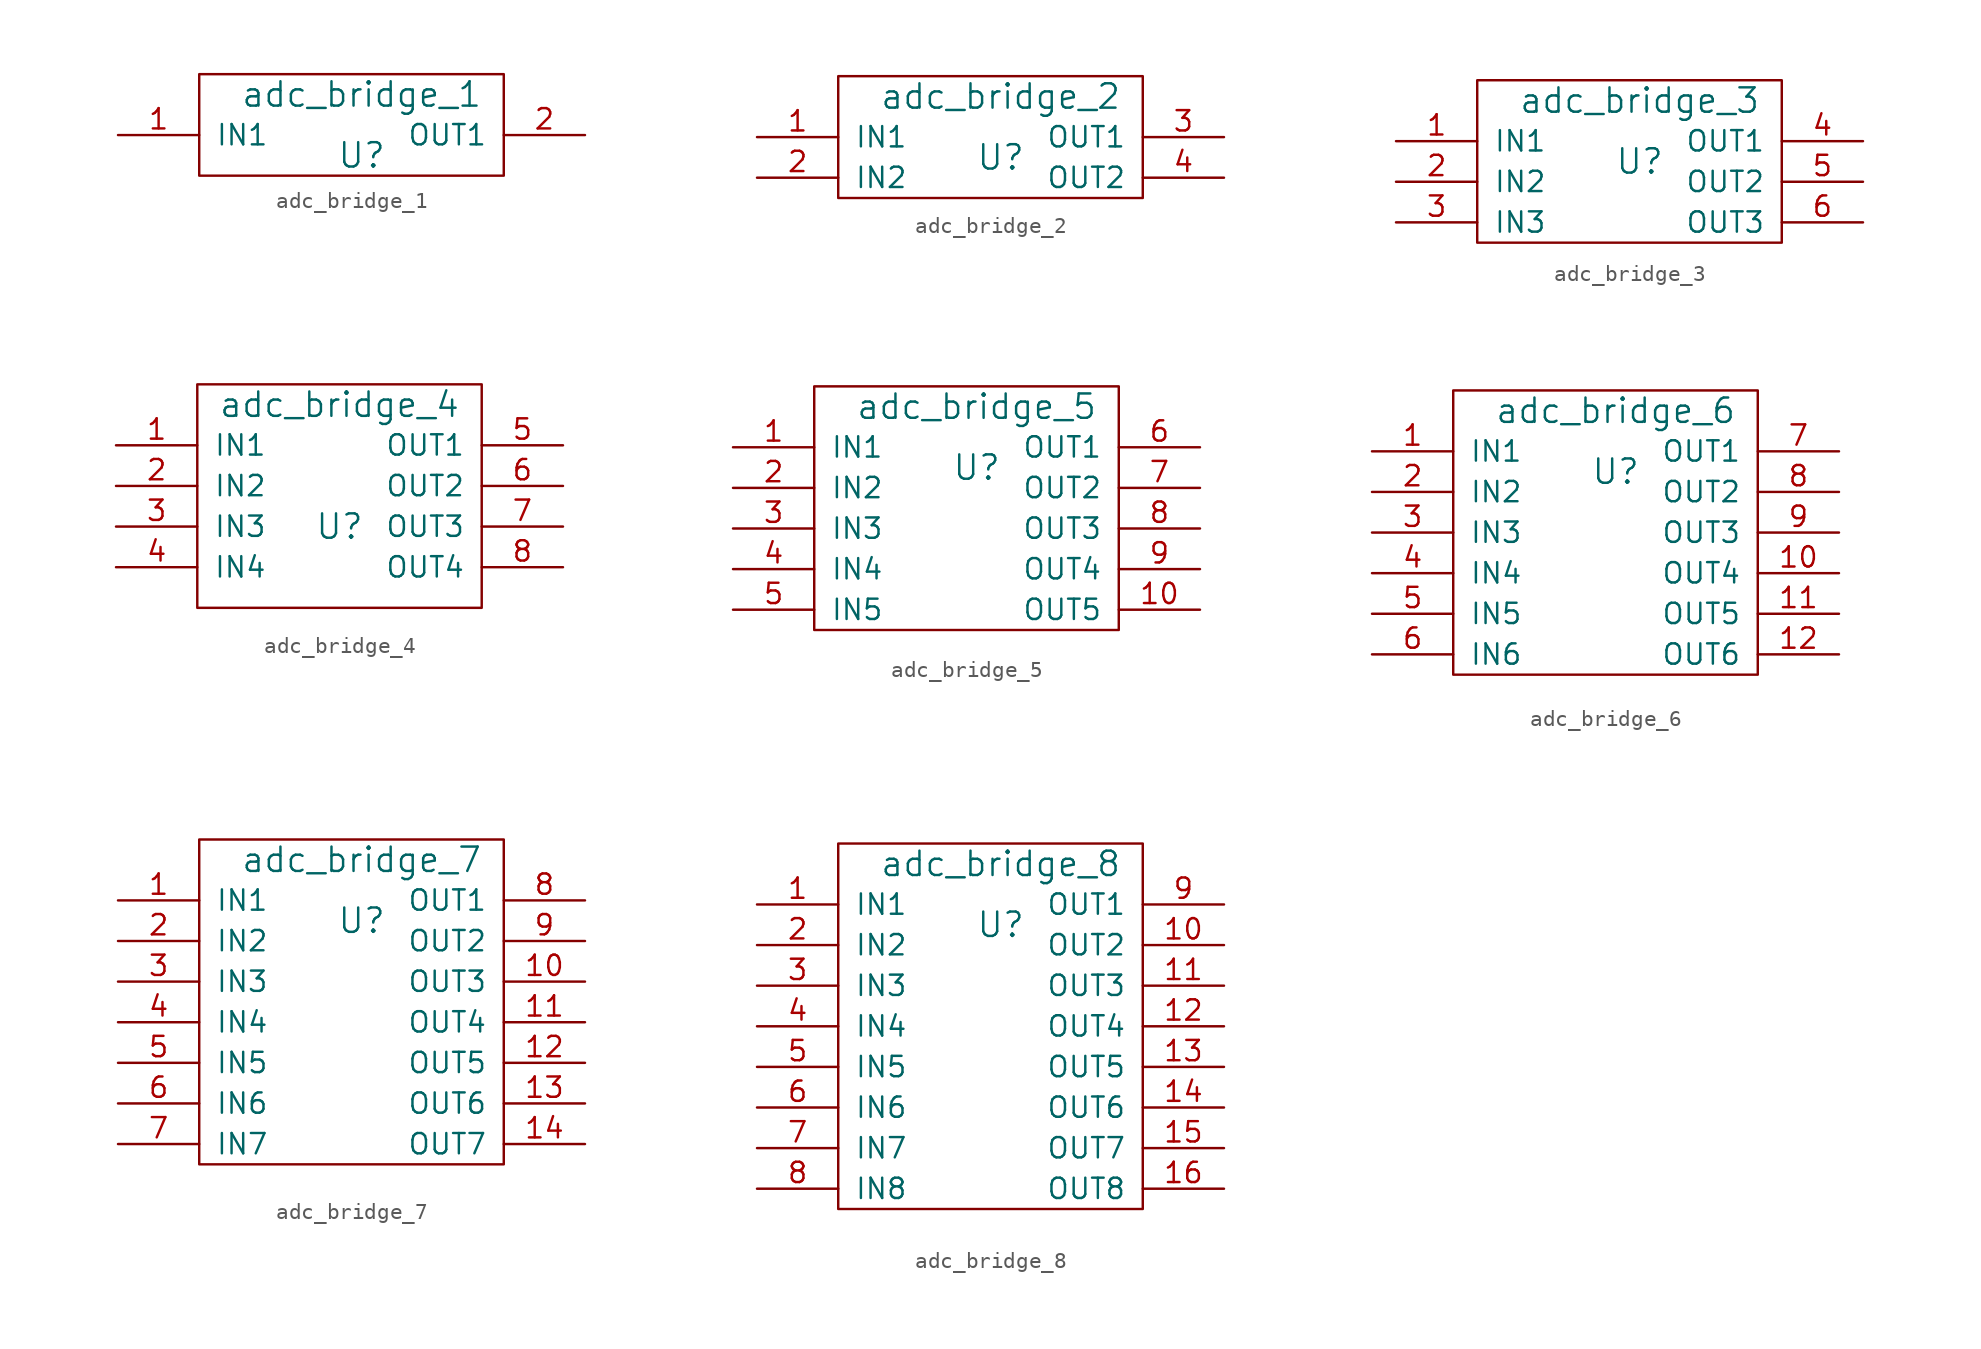
<source format=kicad_sym>
(kicad_symbol_lib
  (version 20211014)
  (generator kicad_symbol_editor)
  (symbol "adc_bridge_1"
    (pin_names
      (offset 1.016))
    (property "Reference" "U"
      (at 0 0 0)
      (effects (font (size 1.524 1.524))))
    (property "Value" "adc_bridge_1"
      (at 0 3.81 0)
      (effects (font (size 1.524 1.524))))
    (property "Footprint" ""
      (at 0 0 0)
      (effects (font (size 1.524 1.524))))
    (property "Datasheet" ""
      (at 0 0 0)
      (effects (font (size 1.524 1.524))))
    (symbol "adc_bridge_1_0_1"
      (rectangle (start -10.16 5.08) (end 8.89 -1.27) (stroke (width 0) (type default) (color 0 0 0 0)) (fill (type none))))
    (symbol "adc_bridge_1_1_1"
      (pin input line (at -15.24 1.27 0) (length 5.08) (name "IN1" (effects (font (size 1.27 1.27)))) (number "1" (effects (font (size 1.27 1.27)))))
      (pin output line (at 13.97 1.27 180) (length 5.08) (name "OUT1" (effects (font (size 1.27 1.27)))) (number "2" (effects (font (size 1.27 1.27)))))))
  (symbol "adc_bridge_2"
    (pin_names
      (offset 1.016))
    (property "Reference" "U"
      (at 0 0 0)
      (effects (font (size 1.524 1.524))))
    (property "Value" "adc_bridge_2"
      (at 0 3.81 0)
      (effects (font (size 1.524 1.524))))
    (property "Footprint" ""
      (at 0 0 0)
      (effects (font (size 1.524 1.524))))
    (property "Datasheet" ""
      (at 0 0 0)
      (effects (font (size 1.524 1.524))))
    (symbol "adc_bridge_2_0_1"
      (rectangle (start -10.16 5.08) (end 8.89 -2.54) (stroke (width 0) (type default) (color 0 0 0 0)) (fill (type none))))
    (symbol "adc_bridge_2_1_1"
      (pin input line (at -15.24 1.27 0) (length 5.08) (name "IN1" (effects (font (size 1.27 1.27)))) (number "1" (effects (font (size 1.27 1.27)))))
      (pin input line (at -15.24 -1.27 0) (length 5.08) (name "IN2" (effects (font (size 1.27 1.27)))) (number "2" (effects (font (size 1.27 1.27)))))
      (pin output line (at 13.97 1.27 180) (length 5.08) (name "OUT1" (effects (font (size 1.27 1.27)))) (number "3" (effects (font (size 1.27 1.27)))))
      (pin output line (at 13.97 -1.27 180) (length 5.08) (name "OUT2" (effects (font (size 1.27 1.27)))) (number "4" (effects (font (size 1.27 1.27)))))))
  (symbol "adc_bridge_3"
    (pin_names
      (offset 1.016))
    (property "Reference" "U"
      (at 0 0 0)
      (effects (font (size 1.524 1.524))))
    (property "Value" "adc_bridge_3"
      (at 0 3.81 0)
      (effects (font (size 1.524 1.524))))
    (property "Footprint" ""
      (at 0 0 0)
      (effects (font (size 1.524 1.524))))
    (property "Datasheet" ""
      (at 0 0 0)
      (effects (font (size 1.524 1.524))))
    (symbol "adc_bridge_3_0_1"
      (rectangle (start -10.16 5.08) (end 8.89 -5.08) (stroke (width 0) (type default) (color 0 0 0 0)) (fill (type none))))
    (symbol "adc_bridge_3_1_1"
      (pin input line (at -15.24 1.27 0) (length 5.08) (name "IN1" (effects (font (size 1.27 1.27)))) (number "1" (effects (font (size 1.27 1.27)))))
      (pin input line (at -15.24 -1.27 0) (length 5.08) (name "IN2" (effects (font (size 1.27 1.27)))) (number "2" (effects (font (size 1.27 1.27)))))
      (pin input line (at -15.24 -3.81 0) (length 5.08) (name "IN3" (effects (font (size 1.27 1.27)))) (number "3" (effects (font (size 1.27 1.27)))))
      (pin output line (at 13.97 1.27 180) (length 5.08) (name "OUT1" (effects (font (size 1.27 1.27)))) (number "4" (effects (font (size 1.27 1.27)))))
      (pin output line (at 13.97 -1.27 180) (length 5.08) (name "OUT2" (effects (font (size 1.27 1.27)))) (number "5" (effects (font (size 1.27 1.27)))))
      (pin output line (at 13.97 -3.81 180) (length 5.08) (name "OUT3" (effects (font (size 1.27 1.27)))) (number "6" (effects (font (size 1.27 1.27)))))))
  (symbol "adc_bridge_4"
    (pin_names
      (offset 1.016))
    (property "Reference" "U"
      (at 0 0 0)
      (effects (font (size 1.524 1.524))))
    (property "Value" "adc_bridge_4"
      (at 0 7.62 0)
      (effects (font (size 1.524 1.524))))
    (property "Footprint" ""
      (at 0 0 0)
      (effects (font (size 1.524 1.524))))
    (property "Datasheet" ""
      (at 0 0 0)
      (effects (font (size 1.524 1.524))))
    (symbol "adc_bridge_4_0_1"
      (rectangle (start -8.89 8.89) (end 8.89 -5.08) (stroke (width 0) (type default) (color 0 0 0 0)) (fill (type none))))
    (symbol "adc_bridge_4_1_1"
      (pin input line (at -13.97 5.08 0) (length 5.08) (name "IN1" (effects (font (size 1.27 1.27)))) (number "1" (effects (font (size 1.27 1.27)))))
      (pin input line (at -13.97 2.54 0) (length 5.08) (name "IN2" (effects (font (size 1.27 1.27)))) (number "2" (effects (font (size 1.27 1.27)))))
      (pin input line (at -13.97 0 0) (length 5.08) (name "IN3" (effects (font (size 1.27 1.27)))) (number "3" (effects (font (size 1.27 1.27)))))
      (pin input line (at -13.97 -2.54 0) (length 5.08) (name "IN4" (effects (font (size 1.27 1.27)))) (number "4" (effects (font (size 1.27 1.27)))))
      (pin output line (at 13.97 5.08 180) (length 5.08) (name "OUT1" (effects (font (size 1.27 1.27)))) (number "5" (effects (font (size 1.27 1.27)))))
      (pin output line (at 13.97 2.54 180) (length 5.08) (name "OUT2" (effects (font (size 1.27 1.27)))) (number "6" (effects (font (size 1.27 1.27)))))
      (pin output line (at 13.97 0 180) (length 5.08) (name "OUT3" (effects (font (size 1.27 1.27)))) (number "7" (effects (font (size 1.27 1.27)))))
      (pin output line (at 13.97 -2.54 180) (length 5.08) (name "OUT4" (effects (font (size 1.27 1.27)))) (number "8" (effects (font (size 1.27 1.27)))))))
  (symbol "adc_bridge_5"
    (pin_names
      (offset 1.016))
    (property "Reference" "U"
      (at 0 0 0)
      (effects (font (size 1.524 1.524))))
    (property "Value" "adc_bridge_5"
      (at 0 3.81 0)
      (effects (font (size 1.524 1.524))))
    (property "Footprint" ""
      (at 0 0 0)
      (effects (font (size 1.524 1.524))))
    (property "Datasheet" ""
      (at 0 0 0)
      (effects (font (size 1.524 1.524))))
    (symbol "adc_bridge_5_0_1"
      (rectangle (start -10.16 5.08) (end 8.89 -10.16) (stroke (width 0) (type default) (color 0 0 0 0)) (fill (type none))))
    (symbol "adc_bridge_5_1_1"
      (pin input line (at -15.24 1.27 0) (length 5.08) (name "IN1" (effects (font (size 1.27 1.27)))) (number "1" (effects (font (size 1.27 1.27)))))
      (pin output line (at 13.97 -8.89 180) (length 5.08) (name "OUT5" (effects (font (size 1.27 1.27)))) (number "10" (effects (font (size 1.27 1.27)))))
      (pin input line (at -15.24 -1.27 0) (length 5.08) (name "IN2" (effects (font (size 1.27 1.27)))) (number "2" (effects (font (size 1.27 1.27)))))
      (pin input line (at -15.24 -3.81 0) (length 5.08) (name "IN3" (effects (font (size 1.27 1.27)))) (number "3" (effects (font (size 1.27 1.27)))))
      (pin input line (at -15.24 -6.35 0) (length 5.08) (name "IN4" (effects (font (size 1.27 1.27)))) (number "4" (effects (font (size 1.27 1.27)))))
      (pin input line (at -15.24 -8.89 0) (length 5.08) (name "IN5" (effects (font (size 1.27 1.27)))) (number "5" (effects (font (size 1.27 1.27)))))
      (pin output line (at 13.97 1.27 180) (length 5.08) (name "OUT1" (effects (font (size 1.27 1.27)))) (number "6" (effects (font (size 1.27 1.27)))))
      (pin output line (at 13.97 -1.27 180) (length 5.08) (name "OUT2" (effects (font (size 1.27 1.27)))) (number "7" (effects (font (size 1.27 1.27)))))
      (pin output line (at 13.97 -3.81 180) (length 5.08) (name "OUT3" (effects (font (size 1.27 1.27)))) (number "8" (effects (font (size 1.27 1.27)))))
      (pin output line (at 13.97 -6.35 180) (length 5.08) (name "OUT4" (effects (font (size 1.27 1.27)))) (number "9" (effects (font (size 1.27 1.27)))))))
  (symbol "adc_bridge_6"
    (pin_names
      (offset 1.016))
    (property "Reference" "U"
      (at 0 0 0)
      (effects (font (size 1.524 1.524))))
    (property "Value" "adc_bridge_6"
      (at 0 3.81 0)
      (effects (font (size 1.524 1.524))))
    (property "Footprint" ""
      (at 0 0 0)
      (effects (font (size 1.524 1.524))))
    (property "Datasheet" ""
      (at 0 0 0)
      (effects (font (size 1.524 1.524))))
    (symbol "adc_bridge_6_0_1"
      (rectangle (start -10.16 5.08) (end 8.89 -12.7) (stroke (width 0) (type default) (color 0 0 0 0)) (fill (type none))))
    (symbol "adc_bridge_6_1_1"
      (pin input line (at -15.24 1.27 0) (length 5.08) (name "IN1" (effects (font (size 1.27 1.27)))) (number "1" (effects (font (size 1.27 1.27)))))
      (pin output line (at 13.97 -6.35 180) (length 5.08) (name "OUT4" (effects (font (size 1.27 1.27)))) (number "10" (effects (font (size 1.27 1.27)))))
      (pin output line (at 13.97 -8.89 180) (length 5.08) (name "OUT5" (effects (font (size 1.27 1.27)))) (number "11" (effects (font (size 1.27 1.27)))))
      (pin output line (at 13.97 -11.43 180) (length 5.08) (name "OUT6" (effects (font (size 1.27 1.27)))) (number "12" (effects (font (size 1.27 1.27)))))
      (pin input line (at -15.24 -1.27 0) (length 5.08) (name "IN2" (effects (font (size 1.27 1.27)))) (number "2" (effects (font (size 1.27 1.27)))))
      (pin input line (at -15.24 -3.81 0) (length 5.08) (name "IN3" (effects (font (size 1.27 1.27)))) (number "3" (effects (font (size 1.27 1.27)))))
      (pin input line (at -15.24 -6.35 0) (length 5.08) (name "IN4" (effects (font (size 1.27 1.27)))) (number "4" (effects (font (size 1.27 1.27)))))
      (pin input line (at -15.24 -8.89 0) (length 5.08) (name "IN5" (effects (font (size 1.27 1.27)))) (number "5" (effects (font (size 1.27 1.27)))))
      (pin input line (at -15.24 -11.43 0) (length 5.08) (name "IN6" (effects (font (size 1.27 1.27)))) (number "6" (effects (font (size 1.27 1.27)))))
      (pin output line (at 13.97 1.27 180) (length 5.08) (name "OUT1" (effects (font (size 1.27 1.27)))) (number "7" (effects (font (size 1.27 1.27)))))
      (pin output line (at 13.97 -1.27 180) (length 5.08) (name "OUT2" (effects (font (size 1.27 1.27)))) (number "8" (effects (font (size 1.27 1.27)))))
      (pin output line (at 13.97 -3.81 180) (length 5.08) (name "OUT3" (effects (font (size 1.27 1.27)))) (number "9" (effects (font (size 1.27 1.27)))))))
  (symbol "adc_bridge_7"
    (pin_names
      (offset 1.016))
    (property "Reference" "U"
      (at 0 0 0)
      (effects (font (size 1.524 1.524))))
    (property "Value" "adc_bridge_7"
      (at 0 3.81 0)
      (effects (font (size 1.524 1.524))))
    (property "Footprint" ""
      (at 0 0 0)
      (effects (font (size 1.524 1.524))))
    (property "Datasheet" ""
      (at 0 0 0)
      (effects (font (size 1.524 1.524))))
    (symbol "adc_bridge_7_0_1"
      (rectangle (start -10.16 5.08) (end 8.89 -15.24) (stroke (width 0) (type default) (color 0 0 0 0)) (fill (type none))))
    (symbol "adc_bridge_7_1_1"
      (pin input line (at -15.24 1.27 0) (length 5.08) (name "IN1" (effects (font (size 1.27 1.27)))) (number "1" (effects (font (size 1.27 1.27)))))
      (pin output line (at 13.97 -3.81 180) (length 5.08) (name "OUT3" (effects (font (size 1.27 1.27)))) (number "10" (effects (font (size 1.27 1.27)))))
      (pin output line (at 13.97 -6.35 180) (length 5.08) (name "OUT4" (effects (font (size 1.27 1.27)))) (number "11" (effects (font (size 1.27 1.27)))))
      (pin output line (at 13.97 -8.89 180) (length 5.08) (name "OUT5" (effects (font (size 1.27 1.27)))) (number "12" (effects (font (size 1.27 1.27)))))
      (pin output line (at 13.97 -11.43 180) (length 5.08) (name "OUT6" (effects (font (size 1.27 1.27)))) (number "13" (effects (font (size 1.27 1.27)))))
      (pin output line (at 13.97 -13.97 180) (length 5.08) (name "OUT7" (effects (font (size 1.27 1.27)))) (number "14" (effects (font (size 1.27 1.27)))))
      (pin input line (at -15.24 -1.27 0) (length 5.08) (name "IN2" (effects (font (size 1.27 1.27)))) (number "2" (effects (font (size 1.27 1.27)))))
      (pin input line (at -15.24 -3.81 0) (length 5.08) (name "IN3" (effects (font (size 1.27 1.27)))) (number "3" (effects (font (size 1.27 1.27)))))
      (pin input line (at -15.24 -6.35 0) (length 5.08) (name "IN4" (effects (font (size 1.27 1.27)))) (number "4" (effects (font (size 1.27 1.27)))))
      (pin input line (at -15.24 -8.89 0) (length 5.08) (name "IN5" (effects (font (size 1.27 1.27)))) (number "5" (effects (font (size 1.27 1.27)))))
      (pin input line (at -15.24 -11.43 0) (length 5.08) (name "IN6" (effects (font (size 1.27 1.27)))) (number "6" (effects (font (size 1.27 1.27)))))
      (pin input line (at -15.24 -13.97 0) (length 5.08) (name "IN7" (effects (font (size 1.27 1.27)))) (number "7" (effects (font (size 1.27 1.27)))))
      (pin output line (at 13.97 1.27 180) (length 5.08) (name "OUT1" (effects (font (size 1.27 1.27)))) (number "8" (effects (font (size 1.27 1.27)))))
      (pin output line (at 13.97 -1.27 180) (length 5.08) (name "OUT2" (effects (font (size 1.27 1.27)))) (number "9" (effects (font (size 1.27 1.27)))))))
  (symbol "adc_bridge_8"
    (pin_names
      (offset 1.016))
    (property "Reference" "U"
      (at 0 0 0)
      (effects (font (size 1.524 1.524))))
    (property "Value" "adc_bridge_8"
      (at 0 3.81 0)
      (effects (font (size 1.524 1.524))))
    (property "Footprint" ""
      (at 0 0 0)
      (effects (font (size 1.524 1.524))))
    (property "Datasheet" ""
      (at 0 0 0)
      (effects (font (size 1.524 1.524))))
    (symbol "adc_bridge_8_0_1"
      (rectangle (start -10.16 5.08) (end 8.89 -17.78) (stroke (width 0) (type default) (color 0 0 0 0)) (fill (type none))))
    (symbol "adc_bridge_8_1_1"
      (pin input line (at -15.24 1.27 0) (length 5.08) (name "IN1" (effects (font (size 1.27 1.27)))) (number "1" (effects (font (size 1.27 1.27)))))
      (pin output line (at 13.97 -1.27 180) (length 5.08) (name "OUT2" (effects (font (size 1.27 1.27)))) (number "10" (effects (font (size 1.27 1.27)))))
      (pin output line (at 13.97 -3.81 180) (length 5.08) (name "OUT3" (effects (font (size 1.27 1.27)))) (number "11" (effects (font (size 1.27 1.27)))))
      (pin output line (at 13.97 -6.35 180) (length 5.08) (name "OUT4" (effects (font (size 1.27 1.27)))) (number "12" (effects (font (size 1.27 1.27)))))
      (pin output line (at 13.97 -8.89 180) (length 5.08) (name "OUT5" (effects (font (size 1.27 1.27)))) (number "13" (effects (font (size 1.27 1.27)))))
      (pin output line (at 13.97 -11.43 180) (length 5.08) (name "OUT6" (effects (font (size 1.27 1.27)))) (number "14" (effects (font (size 1.27 1.27)))))
      (pin output line (at 13.97 -13.97 180) (length 5.08) (name "OUT7" (effects (font (size 1.27 1.27)))) (number "15" (effects (font (size 1.27 1.27)))))
      (pin output line (at 13.97 -16.51 180) (length 5.08) (name "OUT8" (effects (font (size 1.27 1.27)))) (number "16" (effects (font (size 1.27 1.27)))))
      (pin input line (at -15.24 -1.27 0) (length 5.08) (name "IN2" (effects (font (size 1.27 1.27)))) (number "2" (effects (font (size 1.27 1.27)))))
      (pin input line (at -15.24 -3.81 0) (length 5.08) (name "IN3" (effects (font (size 1.27 1.27)))) (number "3" (effects (font (size 1.27 1.27)))))
      (pin input line (at -15.24 -6.35 0) (length 5.08) (name "IN4" (effects (font (size 1.27 1.27)))) (number "4" (effects (font (size 1.27 1.27)))))
      (pin input line (at -15.24 -8.89 0) (length 5.08) (name "IN5" (effects (font (size 1.27 1.27)))) (number "5" (effects (font (size 1.27 1.27)))))
      (pin input line (at -15.24 -11.43 0) (length 5.08) (name "IN6" (effects (font (size 1.27 1.27)))) (number "6" (effects (font (size 1.27 1.27)))))
      (pin input line (at -15.24 -13.97 0) (length 5.08) (name "IN7" (effects (font (size 1.27 1.27)))) (number "7" (effects (font (size 1.27 1.27)))))
      (pin input line (at -15.24 -16.51 0) (length 5.08) (name "IN8" (effects (font (size 1.27 1.27)))) (number "8" (effects (font (size 1.27 1.27)))))
      (pin output line (at 13.97 1.27 180) (length 5.08) (name "OUT1" (effects (font (size 1.27 1.27)))) (number "9" (effects (font (size 1.27 1.27))))))))
</source>
